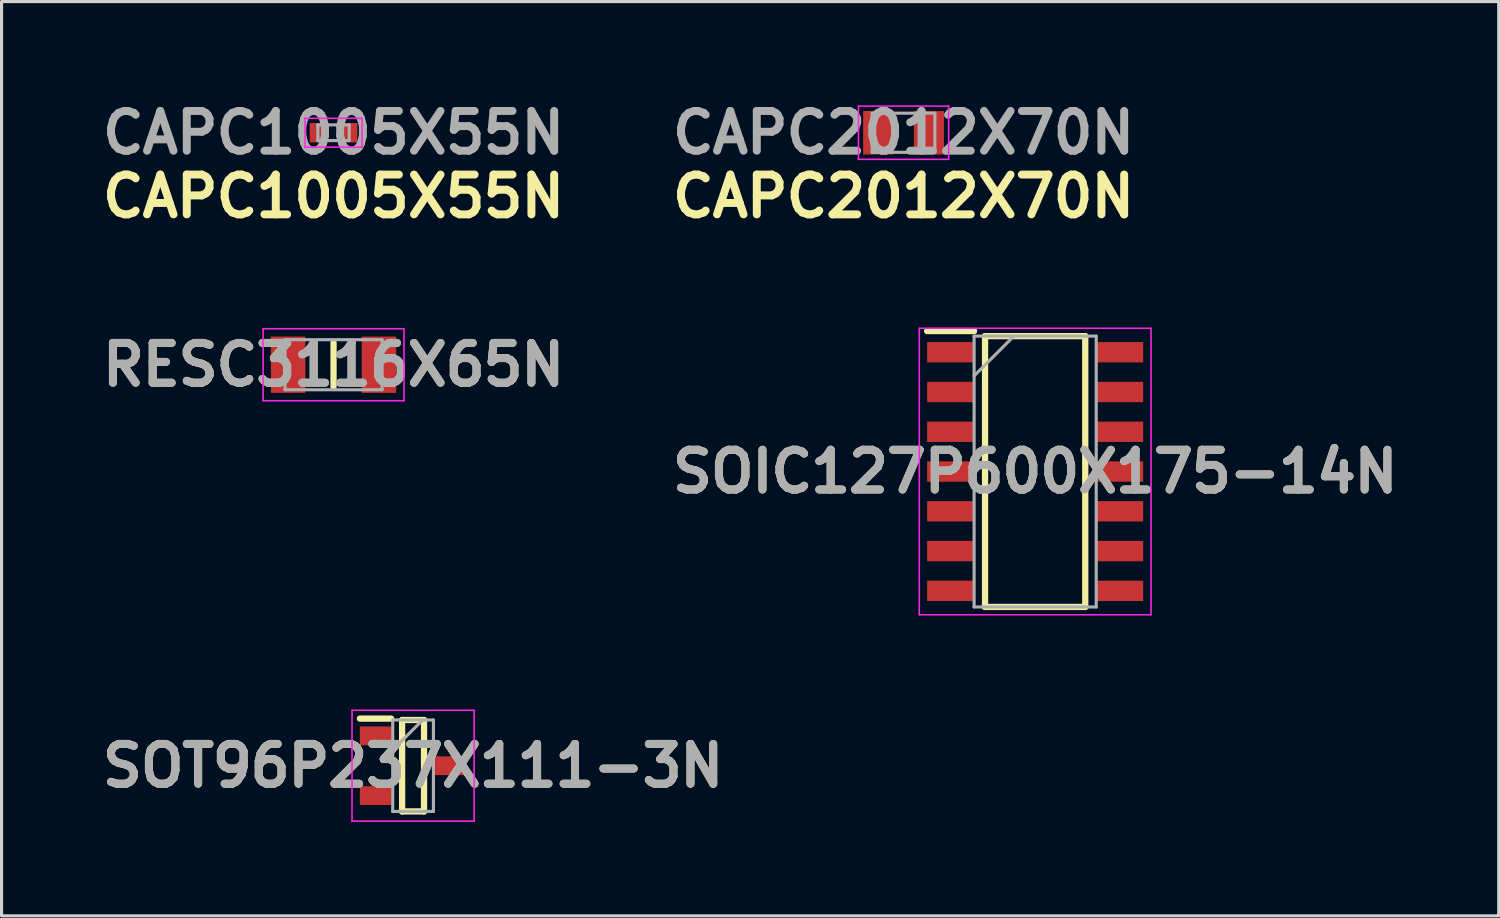
<source format=kicad_pcb>
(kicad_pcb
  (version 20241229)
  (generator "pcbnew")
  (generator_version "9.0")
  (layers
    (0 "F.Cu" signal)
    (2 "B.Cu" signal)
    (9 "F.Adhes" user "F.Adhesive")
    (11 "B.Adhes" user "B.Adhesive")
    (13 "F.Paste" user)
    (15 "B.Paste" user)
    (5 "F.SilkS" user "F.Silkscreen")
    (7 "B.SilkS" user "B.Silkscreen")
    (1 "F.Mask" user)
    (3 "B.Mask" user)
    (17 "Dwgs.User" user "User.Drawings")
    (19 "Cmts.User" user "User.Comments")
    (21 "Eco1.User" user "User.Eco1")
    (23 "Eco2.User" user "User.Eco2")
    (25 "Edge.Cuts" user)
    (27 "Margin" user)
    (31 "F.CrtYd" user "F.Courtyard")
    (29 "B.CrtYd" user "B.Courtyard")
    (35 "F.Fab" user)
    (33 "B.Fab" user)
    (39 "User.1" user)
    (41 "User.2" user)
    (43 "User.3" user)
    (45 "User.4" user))
  (footprint "RESC3116X65N"
    (layer "F.Cu")
    (at 7.602 8.598)
    (property "Reference" "RESC3116X65N" (at 0 0 0) (layer "F.SilkS") (effects (font (size 1.27 1.27) (thickness 0.254))))
    (attr smd)
    (fp_line (start 0 -0.7) (end 0 0.7) (stroke (width 0.2) (type solid)) (layer "F.SilkS"))
    (fp_line (start -2.25 -1.15) (end 2.25 -1.15) (stroke (width 0.05) (type solid)) (layer "F.CrtYd"))
    (fp_line (start -2.25 1.15) (end -2.25 -1.15) (stroke (width 0.05) (type solid)) (layer "F.CrtYd"))
    (fp_line (start 2.25 -1.15) (end 2.25 1.15) (stroke (width 0.05) (type solid)) (layer "F.CrtYd"))
    (fp_line (start 2.25 1.15) (end -2.25 1.15) (stroke (width 0.05) (type solid)) (layer "F.CrtYd"))
    (fp_line (start -1.55 -0.8) (end 1.55 -0.8) (stroke (width 0.1) (type solid)) (layer "F.Fab"))
    (fp_line (start -1.55 0.8) (end -1.55 -0.8) (stroke (width 0.1) (type solid)) (layer "F.Fab"))
    (fp_line (start 1.55 -0.8) (end 1.55 0.8) (stroke (width 0.1) (type solid)) (layer "F.Fab"))
    (fp_line (start 1.55 0.8) (end -1.55 0.8) (stroke (width 0.1) (type solid)) (layer "F.Fab"))
    (fp_text user "${REFERENCE}" (at 0 0 0) (layer "F.Fab") (effects (font (size 1.27 1.27) (thickness 0.254))))
    (pad "1" smd rect (at -1.45 0) (size 1.1 1.8) (layers "F.Cu" "F.Mask" "F.Paste"))
    (pad "2" smd rect (at 1.45 0) (size 1.1 1.8) (layers "F.Cu" "F.Mask" "F.Paste")))
  (footprint "SOT96P237X111-3N"
    (layer "F.Cu")
    (at 10.142 21.404)
    (property "Reference" "SOT96P237X111-3N" (at 0 0 0) (layer "F.SilkS") (effects (font (size 1.27 1.27) (thickness 0.254))))
    (attr smd)
    (fp_line (start -1.7 -1.505) (end -0.7 -1.505) (stroke (width 0.2) (type solid)) (layer "F.SilkS"))
    (fp_line (start -0.35 -1.46) (end 0.35 -1.46) (stroke (width 0.2) (type solid)) (layer "F.SilkS"))
    (fp_line (start -0.35 1.46) (end -0.35 -1.46) (stroke (width 0.2) (type solid)) (layer "F.SilkS"))
    (fp_line (start 0.35 -1.46) (end 0.35 1.46) (stroke (width 0.2) (type solid)) (layer "F.SilkS"))
    (fp_line (start 0.35 1.46) (end -0.35 1.46) (stroke (width 0.2) (type solid)) (layer "F.SilkS"))
    (fp_line (start -1.95 -1.77) (end 1.95 -1.77) (stroke (width 0.05) (type solid)) (layer "F.CrtYd"))
    (fp_line (start -1.95 1.77) (end -1.95 -1.77) (stroke (width 0.05) (type solid)) (layer "F.CrtYd"))
    (fp_line (start 1.95 -1.77) (end 1.95 1.77) (stroke (width 0.05) (type solid)) (layer "F.CrtYd"))
    (fp_line (start 1.95 1.77) (end -1.95 1.77) (stroke (width 0.05) (type solid)) (layer "F.CrtYd"))
    (fp_line (start -0.65 -1.46) (end 0.65 -1.46) (stroke (width 0.1) (type solid)) (layer "F.Fab"))
    (fp_line (start -0.65 -0.505) (end 0.305 -1.46) (stroke (width 0.1) (type solid)) (layer "F.Fab"))
    (fp_line (start -0.65 1.46) (end -0.65 -1.46) (stroke (width 0.1) (type solid)) (layer "F.Fab"))
    (fp_line (start 0.65 -1.46) (end 0.65 1.46) (stroke (width 0.1) (type solid)) (layer "F.Fab"))
    (fp_line (start 0.65 1.46) (end -0.65 1.46) (stroke (width 0.1) (type solid)) (layer "F.Fab"))
    (fp_text user "${REFERENCE}" (at 0 0 0) (layer "F.Fab") (effects (font (size 1.27 1.27) (thickness 0.254))))
    (pad "1" smd rect (at -1.2 -0.955 90) (size 0.6 1) (layers "F.Cu" "F.Mask" "F.Paste"))
    (pad "2" smd rect (at -1.2 0.955 90) (size 0.6 1) (layers "F.Cu" "F.Mask" "F.Paste"))
    (pad "3" smd rect (at 1.2 0 90) (size 0.6 1) (layers "F.Cu" "F.Mask" "F.Paste")))
  (footprint "SOIC127P600X175-14N"
    (layer "F.Cu")
    (at 30.009 12.009)
    (property "Reference" "SOIC127P600X175-14N" (at 0 0 0) (layer "F.SilkS") (effects (font (size 1.27 1.27) (thickness 0.254))))
    (attr smd)
    (fp_line (start -3.45 -4.485) (end -1.95 -4.485) (stroke (width 0.2) (type solid)) (layer "F.SilkS"))
    (fp_line (start -1.6 -4.325) (end 1.6 -4.325) (stroke (width 0.2) (type solid)) (layer "F.SilkS"))
    (fp_line (start -1.6 4.325) (end -1.6 -4.325) (stroke (width 0.2) (type solid)) (layer "F.SilkS"))
    (fp_line (start 1.6 -4.325) (end 1.6 4.325) (stroke (width 0.2) (type solid)) (layer "F.SilkS"))
    (fp_line (start 1.6 4.325) (end -1.6 4.325) (stroke (width 0.2) (type solid)) (layer "F.SilkS"))
    (fp_line (start -3.7 -4.575) (end 3.7 -4.575) (stroke (width 0.05) (type solid)) (layer "F.CrtYd"))
    (fp_line (start -3.7 4.575) (end -3.7 -4.575) (stroke (width 0.05) (type solid)) (layer "F.CrtYd"))
    (fp_line (start 3.7 -4.575) (end 3.7 4.575) (stroke (width 0.05) (type solid)) (layer "F.CrtYd"))
    (fp_line (start 3.7 4.575) (end -3.7 4.575) (stroke (width 0.05) (type solid)) (layer "F.CrtYd"))
    (fp_line (start -1.95 -4.325) (end 1.95 -4.325) (stroke (width 0.1) (type solid)) (layer "F.Fab"))
    (fp_line (start -1.95 -3.055) (end -0.68 -4.325) (stroke (width 0.1) (type solid)) (layer "F.Fab"))
    (fp_line (start -1.95 4.325) (end -1.95 -4.325) (stroke (width 0.1) (type solid)) (layer "F.Fab"))
    (fp_line (start 1.95 -4.325) (end 1.95 4.325) (stroke (width 0.1) (type solid)) (layer "F.Fab"))
    (fp_line (start 1.95 4.325) (end -1.95 4.325) (stroke (width 0.1) (type solid)) (layer "F.Fab"))
    (fp_text user "${REFERENCE}" (at 0 0 0) (layer "F.Fab") (effects (font (size 1.27 1.27) (thickness 0.254))))
    (pad "1" smd rect (at -2.7 -3.81 90) (size 0.65 1.5) (layers "F.Cu" "F.Mask" "F.Paste"))
    (pad "2" smd rect (at -2.7 -2.54 90) (size 0.65 1.5) (layers "F.Cu" "F.Mask" "F.Paste"))
    (pad "3" smd rect (at -2.7 -1.27 90) (size 0.65 1.5) (layers "F.Cu" "F.Mask" "F.Paste"))
    (pad "4" smd rect (at -2.7 0 90) (size 0.65 1.5) (layers "F.Cu" "F.Mask" "F.Paste"))
    (pad "5" smd rect (at -2.7 1.27 90) (size 0.65 1.5) (layers "F.Cu" "F.Mask" "F.Paste"))
    (pad "6" smd rect (at -2.7 2.54 90) (size 0.65 1.5) (layers "F.Cu" "F.Mask" "F.Paste"))
    (pad "7" smd rect (at -2.7 3.81 90) (size 0.65 1.5) (layers "F.Cu" "F.Mask" "F.Paste"))
    (pad "8" smd rect (at 2.7 3.81 90) (size 0.65 1.5) (layers "F.Cu" "F.Mask" "F.Paste"))
    (pad "9" smd rect (at 2.7 2.54 90) (size 0.65 1.5) (layers "F.Cu" "F.Mask" "F.Paste"))
    (pad "10" smd rect (at 2.7 1.27 90) (size 0.65 1.5) (layers "F.Cu" "F.Mask" "F.Paste"))
    (pad "11" smd rect (at 2.7 0 90) (size 0.65 1.5) (layers "F.Cu" "F.Mask" "F.Paste"))
    (pad "12" smd rect (at 2.7 -1.27 90) (size 0.65 1.5) (layers "F.Cu" "F.Mask" "F.Paste"))
    (pad "13" smd rect (at 2.7 -2.54 90) (size 0.65 1.5) (layers "F.Cu" "F.Mask" "F.Paste"))
    (pad "14" smd rect (at 2.7 -3.81 90) (size 0.65 1.5) (layers "F.Cu" "F.Mask" "F.Paste")))
  (footprint "CAPC2012X70N"
    (layer "F.Cu")
    (at 25.806 1.189)
    (property "Reference" "CAPC2012X70N" (at 0 2.032 0) (layer "F.SilkS") (effects (font (size 1.27 1.27) (thickness 0.254))))
    (attr smd)
    (fp_line (start -1.44 -0.85) (end 1.44 -0.85) (stroke (width 0.05) (type solid)) (layer "F.CrtYd"))
    (fp_line (start -1.44 0.85) (end -1.44 -0.85) (stroke (width 0.05) (type solid)) (layer "F.CrtYd"))
    (fp_line (start 1.44 -0.85) (end 1.44 0.85) (stroke (width 0.05) (type solid)) (layer "F.CrtYd"))
    (fp_line (start 1.44 0.85) (end -1.44 0.85) (stroke (width 0.05) (type solid)) (layer "F.CrtYd"))
    (fp_line (start -1 -0.625) (end 1 -0.625) (stroke (width 0.1) (type solid)) (layer "F.Fab"))
    (fp_line (start -1 0.625) (end -1 -0.625) (stroke (width 0.1) (type solid)) (layer "F.Fab"))
    (fp_line (start 1 -0.625) (end 1 0.625) (stroke (width 0.1) (type solid)) (layer "F.Fab"))
    (fp_line (start 1 0.625) (end -1 0.625) (stroke (width 0.1) (type solid)) (layer "F.Fab"))
    (fp_text user "${REFERENCE}" (at 0 0 0) (layer "F.Fab") (effects (font (size 1.27 1.27) (thickness 0.254))))
    (pad "1" smd rect (at -0.81 0) (size 0.96 1.39) (layers "F.Cu" "F.Mask" "F.Paste"))
    (pad "2" smd rect (at 0.81 0) (size 0.96 1.39) (layers "F.Cu" "F.Mask" "F.Paste")))
  (footprint "CAPC1005X55N"
    (layer "F.Cu")
    (at 7.602 1.189)
    (property "Reference" "CAPC1005X55N" (at 0 2.032 0) (layer "F.SilkS") (effects (font (size 1.27 1.27) (thickness 0.254))))
    (attr smd)
    (fp_line (start -0.91 -0.46) (end 0.91 -0.46) (stroke (width 0.05) (type solid)) (layer "F.CrtYd"))
    (fp_line (start -0.91 0.46) (end -0.91 -0.46) (stroke (width 0.05) (type solid)) (layer "F.CrtYd"))
    (fp_line (start 0.91 -0.46) (end 0.91 0.46) (stroke (width 0.05) (type solid)) (layer "F.CrtYd"))
    (fp_line (start 0.91 0.46) (end -0.91 0.46) (stroke (width 0.05) (type solid)) (layer "F.CrtYd"))
    (fp_line (start -0.5 -0.25) (end 0.5 -0.25) (stroke (width 0.1) (type solid)) (layer "F.Fab"))
    (fp_line (start -0.5 0.25) (end -0.5 -0.25) (stroke (width 0.1) (type solid)) (layer "F.Fab"))
    (fp_line (start 0.5 -0.25) (end 0.5 0.25) (stroke (width 0.1) (type solid)) (layer "F.Fab"))
    (fp_line (start 0.5 0.25) (end -0.5 0.25) (stroke (width 0.1) (type solid)) (layer "F.Fab"))
    (fp_text user "${REFERENCE}" (at 0 0 0) (layer "F.Fab") (effects (font (size 1.27 1.27) (thickness 0.254))))
    (pad "1" smd rect (at -0.48 0) (size 0.56 0.62) (layers "F.Cu" "F.Mask" "F.Paste"))
    (pad "2" smd rect (at 0.48 0) (size 0.56 0.62) (layers "F.Cu" "F.Mask" "F.Paste")))
  (gr_rect
    (start -3 -3)
    (end 44.814 26.199)
    (stroke (width 0.1) (type default))
    (fill no)
    (layer "Edge.Cuts")))
</source>
